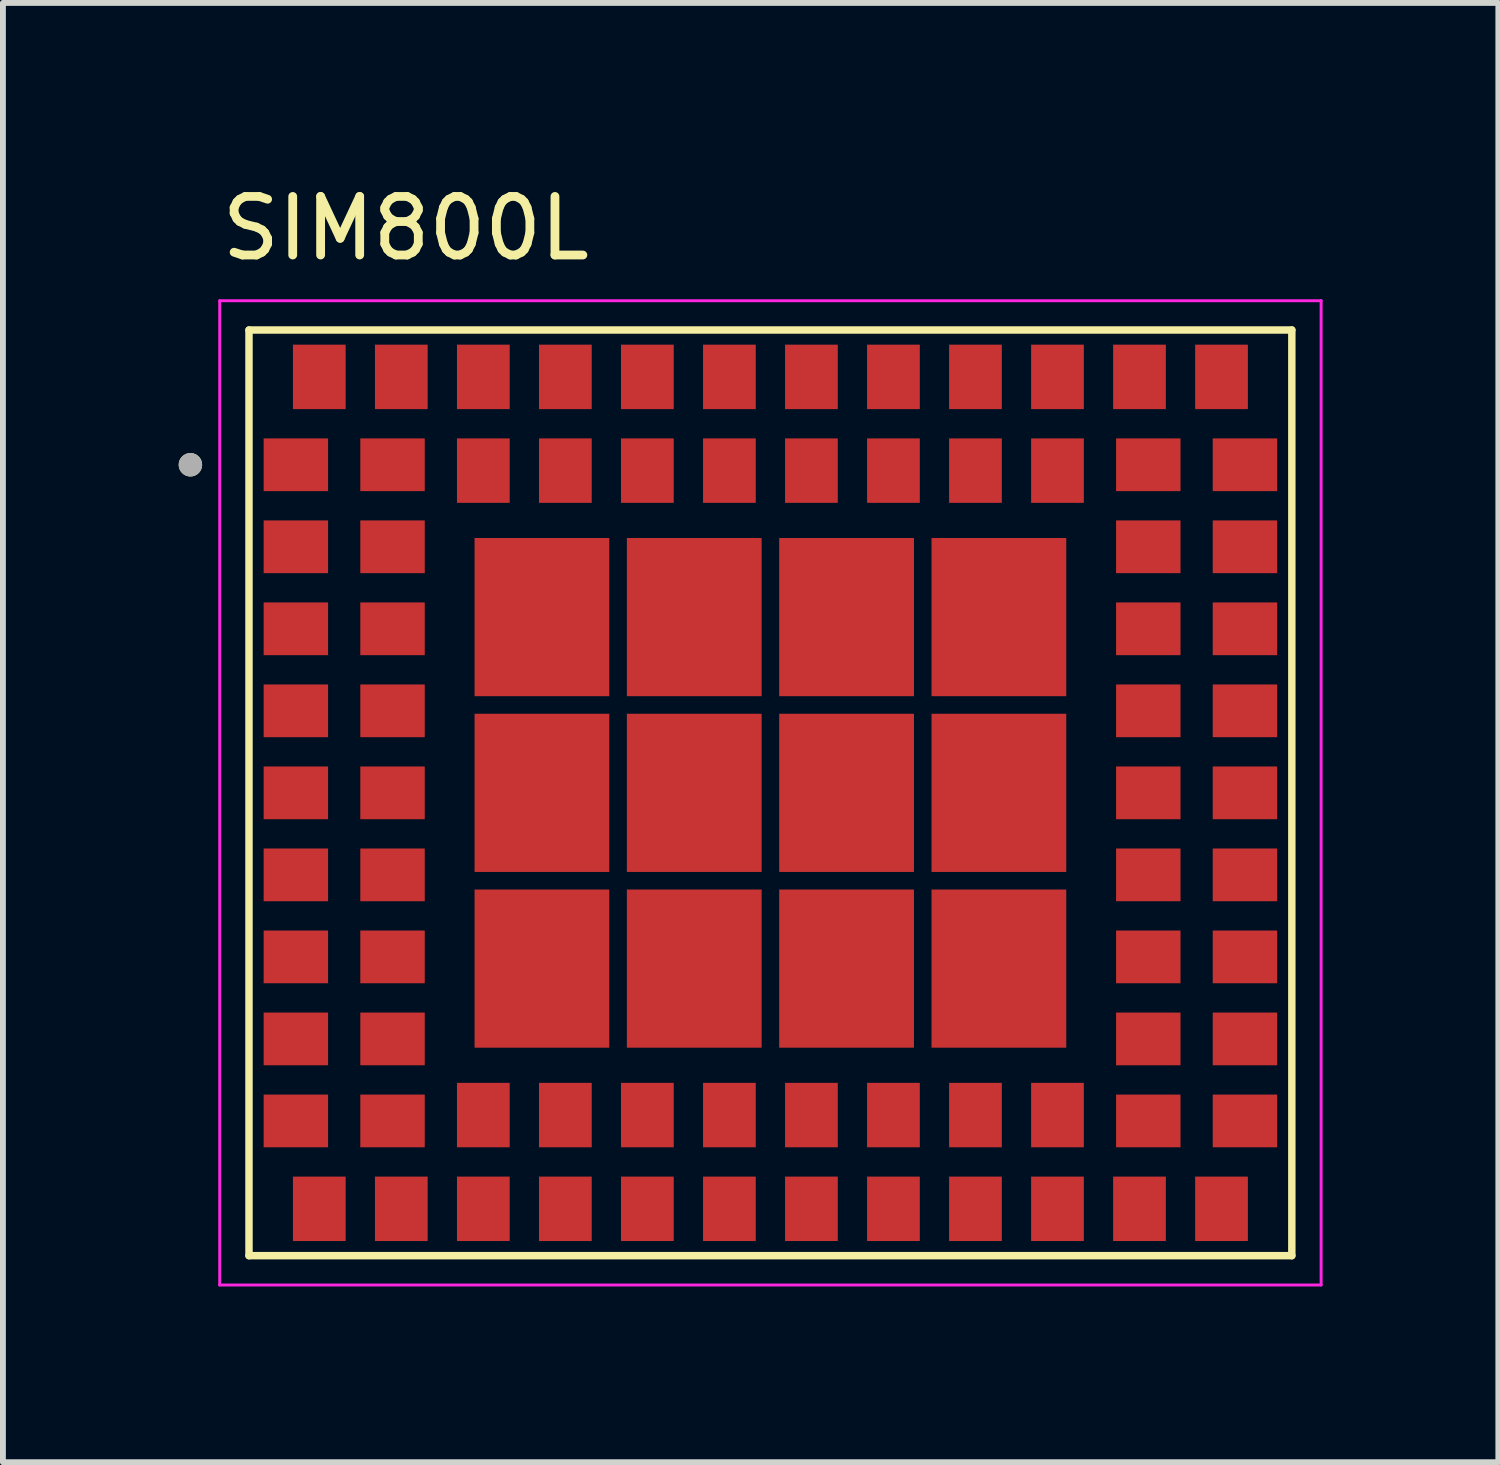
<source format=kicad_pcb>
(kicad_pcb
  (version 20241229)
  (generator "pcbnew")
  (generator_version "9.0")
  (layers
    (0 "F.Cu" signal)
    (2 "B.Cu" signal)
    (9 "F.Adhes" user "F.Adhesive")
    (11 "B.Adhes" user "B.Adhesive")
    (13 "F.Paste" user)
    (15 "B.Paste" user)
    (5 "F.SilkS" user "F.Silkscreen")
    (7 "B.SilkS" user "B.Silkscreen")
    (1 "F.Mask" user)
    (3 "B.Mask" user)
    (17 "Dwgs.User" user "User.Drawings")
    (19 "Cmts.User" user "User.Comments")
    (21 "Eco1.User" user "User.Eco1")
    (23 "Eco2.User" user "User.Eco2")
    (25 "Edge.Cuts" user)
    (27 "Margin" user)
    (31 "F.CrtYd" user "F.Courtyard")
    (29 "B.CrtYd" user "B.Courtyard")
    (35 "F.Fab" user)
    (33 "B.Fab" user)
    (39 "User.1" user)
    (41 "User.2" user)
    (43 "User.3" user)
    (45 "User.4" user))
  (footprint "SIM800L"
    (layer "F.Cu")
    (at 10.1 10.483)
    (property "Reference" "SIM800L" (at -6.225 -9.635 0) (layer "F.SilkS") (effects (font (size 1 1) (thickness 0.15))))
    (attr smd)
    (fp_line (start -8.9 -7.9) (end 8.9 -7.9) (stroke (width 0.127) (type solid)) (layer "F.SilkS"))
    (fp_line (start -8.9 7.9) (end -8.9 -7.9) (stroke (width 0.127) (type solid)) (layer "F.SilkS"))
    (fp_line (start 8.9 -7.9) (end 8.9 7.9) (stroke (width 0.127) (type solid)) (layer "F.SilkS"))
    (fp_line (start 8.9 7.9) (end -8.9 7.9) (stroke (width 0.127) (type solid)) (layer "F.SilkS"))
    (fp_circle (center -9.9 -5.6) (end -9.8 -5.6) (stroke (width 0.2) (type solid)) (fill no) (layer "F.SilkS"))
    (fp_line (start -9.4 -8.4) (end -9.4 8.4) (stroke (width 0.05) (type solid)) (layer "F.CrtYd"))
    (fp_line (start -9.4 8.4) (end 9.4 8.4) (stroke (width 0.05) (type solid)) (layer "F.CrtYd"))
    (fp_line (start 9.4 -8.4) (end -9.4 -8.4) (stroke (width 0.05) (type solid)) (layer "F.CrtYd"))
    (fp_line (start 9.4 8.4) (end 9.4 -8.4) (stroke (width 0.05) (type solid)) (layer "F.CrtYd"))
    (fp_circle (center -9.9 -5.6) (end -9.8 -5.6) (stroke (width 0.2) (type solid)) (fill no) (layer "F.Fab"))
    (pad "1" smd rect (at -8.1 -5.6) (size 1.1 0.9) (layers "F.Cu" "F.Mask" "F.Paste"))
    (pad "2" smd rect (at -8.1 -4.2) (size 1.1 0.9) (layers "F.Cu" "F.Mask" "F.Paste"))
    (pad "3" smd rect (at -8.1 -2.8) (size 1.1 0.9) (layers "F.Cu" "F.Mask" "F.Paste"))
    (pad "4" smd rect (at -8.1 -1.4) (size 1.1 0.9) (layers "F.Cu" "F.Mask" "F.Paste"))
    (pad "5" smd rect (at -8.1 0) (size 1.1 0.9) (layers "F.Cu" "F.Mask" "F.Paste"))
    (pad "6" smd rect (at -8.1 1.4) (size 1.1 0.9) (layers "F.Cu" "F.Mask" "F.Paste"))
    (pad "7" smd rect (at -8.1 2.8) (size 1.1 0.9) (layers "F.Cu" "F.Mask" "F.Paste"))
    (pad "8" smd rect (at -8.1 4.2) (size 1.1 0.9) (layers "F.Cu" "F.Mask" "F.Paste"))
    (pad "9" smd rect (at -8.1 5.6) (size 1.1 0.9) (layers "F.Cu" "F.Mask" "F.Paste"))
    (pad "10" smd rect (at -7.7 7.1) (size 0.9 1.1) (layers "F.Cu" "F.Mask" "F.Paste"))
    (pad "11" smd rect (at -6.3 7.1) (size 0.9 1.1) (layers "F.Cu" "F.Mask" "F.Paste"))
    (pad "12" smd rect (at -4.9 7.1) (size 0.9 1.1) (layers "F.Cu" "F.Mask" "F.Paste"))
    (pad "13" smd rect (at -3.5 7.1) (size 0.9 1.1) (layers "F.Cu" "F.Mask" "F.Paste"))
    (pad "14" smd rect (at -2.1 7.1) (size 0.9 1.1) (layers "F.Cu" "F.Mask" "F.Paste"))
    (pad "15" smd rect (at -0.7 7.1) (size 0.9 1.1) (layers "F.Cu" "F.Mask" "F.Paste"))
    (pad "16" smd rect (at 0.7 7.1) (size 0.9 1.1) (layers "F.Cu" "F.Mask" "F.Paste"))
    (pad "17" smd rect (at 2.1 7.1) (size 0.9 1.1) (layers "F.Cu" "F.Mask" "F.Paste"))
    (pad "18" smd rect (at 3.5 7.1) (size 0.9 1.1) (layers "F.Cu" "F.Mask" "F.Paste"))
    (pad "19" smd rect (at 4.9 7.1) (size 0.9 1.1) (layers "F.Cu" "F.Mask" "F.Paste"))
    (pad "20" smd rect (at 6.3 7.1) (size 0.9 1.1) (layers "F.Cu" "F.Mask" "F.Paste"))
    (pad "21" smd rect (at 7.7 7.1) (size 0.9 1.1) (layers "F.Cu" "F.Mask" "F.Paste"))
    (pad "22" smd rect (at 8.1 5.6) (size 1.1 0.9) (layers "F.Cu" "F.Mask" "F.Paste"))
    (pad "23" smd rect (at 8.1 4.2) (size 1.1 0.9) (layers "F.Cu" "F.Mask" "F.Paste"))
    (pad "24" smd rect (at 8.1 2.8) (size 1.1 0.9) (layers "F.Cu" "F.Mask" "F.Paste"))
    (pad "25" smd rect (at 8.1 1.4) (size 1.1 0.9) (layers "F.Cu" "F.Mask" "F.Paste"))
    (pad "26" smd rect (at 8.1 0) (size 1.1 0.9) (layers "F.Cu" "F.Mask" "F.Paste"))
    (pad "27" smd rect (at 8.1 -1.4) (size 1.1 0.9) (layers "F.Cu" "F.Mask" "F.Paste"))
    (pad "28" smd rect (at 8.1 -2.8) (size 1.1 0.9) (layers "F.Cu" "F.Mask" "F.Paste"))
    (pad "29" smd rect (at 8.1 -4.2) (size 1.1 0.9) (layers "F.Cu" "F.Mask" "F.Paste"))
    (pad "30" smd rect (at 8.1 -5.6) (size 1.1 0.9) (layers "F.Cu" "F.Mask" "F.Paste"))
    (pad "31" smd rect (at 7.7 -7.1) (size 0.9 1.1) (layers "F.Cu" "F.Mask" "F.Paste"))
    (pad "32" smd rect (at 6.3 -7.1) (size 0.9 1.1) (layers "F.Cu" "F.Mask" "F.Paste"))
    (pad "33" smd rect (at 4.9 -7.1) (size 0.9 1.1) (layers "F.Cu" "F.Mask" "F.Paste"))
    (pad "34" smd rect (at 3.5 -7.1) (size 0.9 1.1) (layers "F.Cu" "F.Mask" "F.Paste"))
    (pad "35" smd rect (at 2.1 -7.1) (size 0.9 1.1) (layers "F.Cu" "F.Mask" "F.Paste"))
    (pad "36" smd rect (at 0.7 -7.1) (size 0.9 1.1) (layers "F.Cu" "F.Mask" "F.Paste"))
    (pad "37" smd rect (at -0.7 -7.1) (size 0.9 1.1) (layers "F.Cu" "F.Mask" "F.Paste"))
    (pad "38" smd rect (at -2.1 -7.1) (size 0.9 1.1) (layers "F.Cu" "F.Mask" "F.Paste"))
    (pad "39" smd rect (at -3.5 -7.1) (size 0.9 1.1) (layers "F.Cu" "F.Mask" "F.Paste"))
    (pad "40" smd rect (at -4.9 -7.1) (size 0.9 1.1) (layers "F.Cu" "F.Mask" "F.Paste"))
    (pad "41" smd rect (at -6.3 -7.1) (size 0.9 1.1) (layers "F.Cu" "F.Mask" "F.Paste"))
    (pad "42" smd rect (at -7.7 -7.1) (size 0.9 1.1) (layers "F.Cu" "F.Mask" "F.Paste"))
    (pad "43" smd rect (at -6.45 -5.6) (size 1.1 0.9) (layers "F.Cu" "F.Mask" "F.Paste"))
    (pad "44" smd rect (at -6.45 -4.2) (size 1.1 0.9) (layers "F.Cu" "F.Mask" "F.Paste"))
    (pad "45" smd rect (at -6.45 -2.8) (size 1.1 0.9) (layers "F.Cu" "F.Mask" "F.Paste"))
    (pad "46" smd rect (at -6.45 -1.4) (size 1.1 0.9) (layers "F.Cu" "F.Mask" "F.Paste"))
    (pad "47" smd rect (at -6.45 0) (size 1.1 0.9) (layers "F.Cu" "F.Mask" "F.Paste"))
    (pad "48" smd rect (at -6.45 1.4) (size 1.1 0.9) (layers "F.Cu" "F.Mask" "F.Paste"))
    (pad "49" smd rect (at -6.45 2.8) (size 1.1 0.9) (layers "F.Cu" "F.Mask" "F.Paste"))
    (pad "50" smd rect (at -6.45 4.2) (size 1.1 0.9) (layers "F.Cu" "F.Mask" "F.Paste"))
    (pad "51" smd rect (at -6.45 5.6) (size 1.1 0.9) (layers "F.Cu" "F.Mask" "F.Paste"))
    (pad "52" smd rect (at -4.9 5.5) (size 0.9 1.1) (layers "F.Cu" "F.Mask" "F.Paste"))
    (pad "53" smd rect (at -3.5 5.5) (size 0.9 1.1) (layers "F.Cu" "F.Mask" "F.Paste"))
    (pad "54" smd rect (at -2.1 5.5) (size 0.9 1.1) (layers "F.Cu" "F.Mask" "F.Paste"))
    (pad "55" smd rect (at -0.7 5.5) (size 0.9 1.1) (layers "F.Cu" "F.Mask" "F.Paste"))
    (pad "56" smd rect (at 0.7 5.5) (size 0.9 1.1) (layers "F.Cu" "F.Mask" "F.Paste"))
    (pad "57" smd rect (at 2.1 5.5) (size 0.9 1.1) (layers "F.Cu" "F.Mask" "F.Paste"))
    (pad "58" smd rect (at 3.5 5.5) (size 0.9 1.1) (layers "F.Cu" "F.Mask" "F.Paste"))
    (pad "59" smd rect (at 4.9 5.5) (size 0.9 1.1) (layers "F.Cu" "F.Mask" "F.Paste"))
    (pad "60" smd rect (at 6.45 5.6) (size 1.1 0.9) (layers "F.Cu" "F.Mask" "F.Paste"))
    (pad "61" smd rect (at 6.45 4.2) (size 1.1 0.9) (layers "F.Cu" "F.Mask" "F.Paste"))
    (pad "62" smd rect (at 6.45 2.8) (size 1.1 0.9) (layers "F.Cu" "F.Mask" "F.Paste"))
    (pad "63" smd rect (at 6.45 1.4) (size 1.1 0.9) (layers "F.Cu" "F.Mask" "F.Paste"))
    (pad "64" smd rect (at 6.45 0) (size 1.1 0.9) (layers "F.Cu" "F.Mask" "F.Paste"))
    (pad "65" smd rect (at 6.45 -1.4) (size 1.1 0.9) (layers "F.Cu" "F.Mask" "F.Paste"))
    (pad "66" smd rect (at 6.45 -2.8) (size 1.1 0.9) (layers "F.Cu" "F.Mask" "F.Paste"))
    (pad "67" smd rect (at 6.45 -4.2) (size 1.1 0.9) (layers "F.Cu" "F.Mask" "F.Paste"))
    (pad "68" smd rect (at 6.45 -5.6) (size 1.1 0.9) (layers "F.Cu" "F.Mask" "F.Paste"))
    (pad "69" smd rect (at 4.9 -5.5) (size 0.9 1.1) (layers "F.Cu" "F.Mask" "F.Paste"))
    (pad "70" smd rect (at 3.5 -5.5) (size 0.9 1.1) (layers "F.Cu" "F.Mask" "F.Paste"))
    (pad "71" smd rect (at 2.1 -5.5) (size 0.9 1.1) (layers "F.Cu" "F.Mask" "F.Paste"))
    (pad "72" smd rect (at 0.7 -5.5) (size 0.9 1.1) (layers "F.Cu" "F.Mask" "F.Paste"))
    (pad "73" smd rect (at -0.7 -5.5) (size 0.9 1.1) (layers "F.Cu" "F.Mask" "F.Paste"))
    (pad "74" smd rect (at -2.1 -5.5) (size 0.9 1.1) (layers "F.Cu" "F.Mask" "F.Paste"))
    (pad "75" smd rect (at -3.5 -5.5) (size 0.9 1.1) (layers "F.Cu" "F.Mask" "F.Paste"))
    (pad "76" smd rect (at -4.9 -5.5) (size 0.9 1.1) (layers "F.Cu" "F.Mask" "F.Paste"))
    (pad "77" smd rect (at -3.9 -3) (size 2.3 2.7) (layers "F.Cu" "F.Mask" "F.Paste"))
    (pad "78" smd rect (at -3.9 0) (size 2.3 2.7) (layers "F.Cu" "F.Mask" "F.Paste"))
    (pad "79" smd rect (at -3.9 3) (size 2.3 2.7) (layers "F.Cu" "F.Mask" "F.Paste"))
    (pad "80" smd rect (at -1.3 3) (size 2.3 2.7) (layers "F.Cu" "F.Mask" "F.Paste"))
    (pad "81" smd rect (at 1.3 3) (size 2.3 2.7) (layers "F.Cu" "F.Mask" "F.Paste"))
    (pad "82" smd rect (at 3.9 3) (size 2.3 2.7) (layers "F.Cu" "F.Mask" "F.Paste"))
    (pad "83" smd rect (at 3.9 0) (size 2.3 2.7) (layers "F.Cu" "F.Mask" "F.Paste"))
    (pad "84" smd rect (at 3.9 -3) (size 2.3 2.7) (layers "F.Cu" "F.Mask" "F.Paste"))
    (pad "85" smd rect (at 1.3 -3) (size 2.3 2.7) (layers "F.Cu" "F.Mask" "F.Paste"))
    (pad "86" smd rect (at -1.3 -3) (size 2.3 2.7) (layers "F.Cu" "F.Mask" "F.Paste"))
    (pad "87" smd rect (at -1.3 0) (size 2.3 2.7) (layers "F.Cu" "F.Mask" "F.Paste"))
    (pad "88" smd rect (at 1.3 0) (size 2.3 2.7) (layers "F.Cu" "F.Mask" "F.Paste")))
  (gr_rect
    (start -3 -3)
    (end 22.525 21.908)
    (stroke (width 0.1) (type default))
    (fill no)
    (layer "Edge.Cuts")))
</source>
